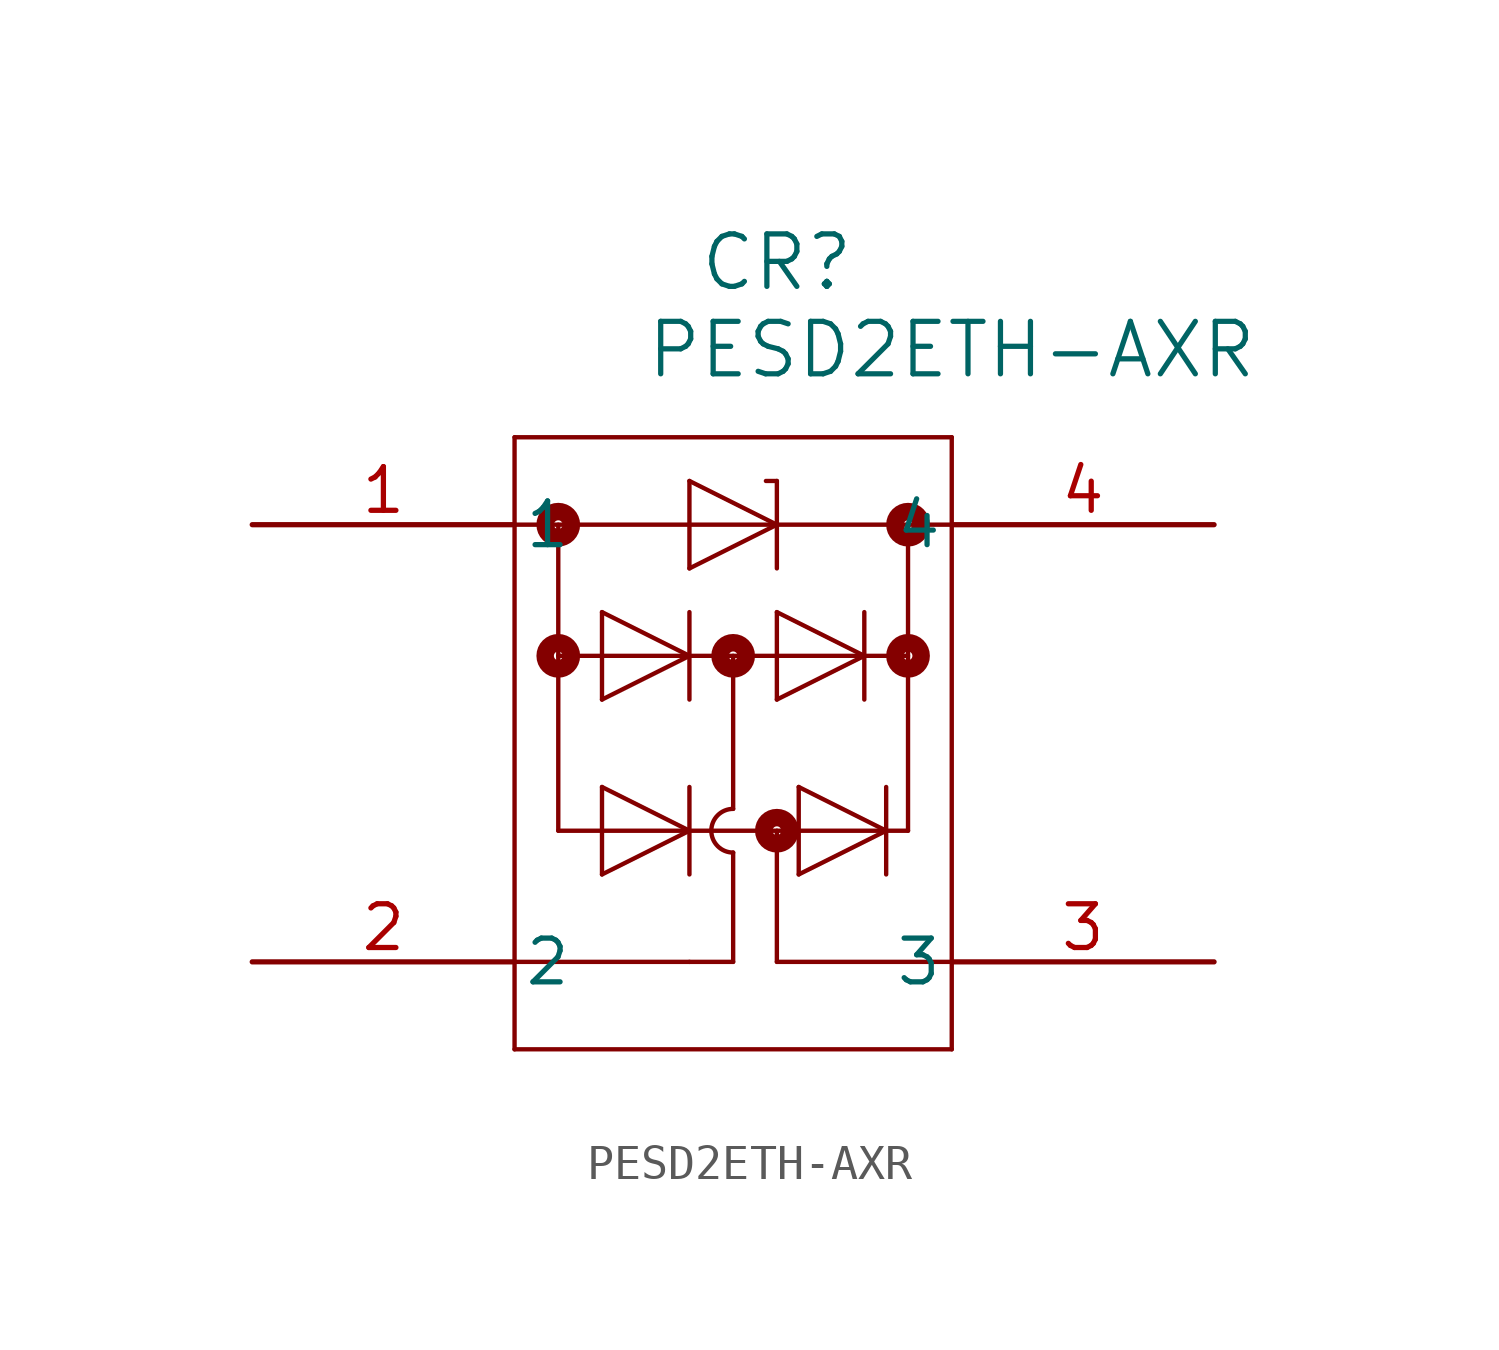
<source format=kicad_sym>
(kicad_symbol_lib
  (version 20211014)
  (generator kicad_symbol_editor)
  (symbol "PESD2ETH-AXR"
    (pin_names
      (offset 0.254))
    (property "Reference" "CR"
      (at 15.24 7.62 0)
      (effects (font (size 1.524 1.524))))
    (property "Value" "PESD2ETH-AXR"
      (at 20.32 5.08 0)
      (effects (font (size 1.524 1.524))))
    (symbol "PESD2ETH-AXR_0_1"
      (polyline (pts (xy 7.62 2.54) (xy 7.62 -15.24)) (stroke (width 0.127) (type default) (color 0 0 0 0)) (fill (type none)))
      (polyline (pts (xy 7.62 -15.24) (xy 20.32 -15.24)) (stroke (width 0.127) (type default) (color 0 0 0 0)) (fill (type none)))
      (polyline (pts (xy 20.32 -15.24) (xy 20.32 2.54)) (stroke (width 0.127) (type default) (color 0 0 0 0)) (fill (type none)))
      (polyline (pts (xy 20.32 2.54) (xy 7.62 2.54)) (stroke (width 0.127) (type default) (color 0 0 0 0)) (fill (type none)))
      (polyline (pts (xy 7.62 0) (xy 20.32 0)) (stroke (width 0.127) (type default) (color 0 0 0 0)) (fill (type none)))
      (polyline (pts (xy 8.89 0) (xy 8.89 -8.89)) (stroke (width 0.127) (type default) (color 0 0 0 0)) (fill (type none)))
      (polyline (pts (xy 8.89 -8.89) (xy 19.05 -8.89)) (stroke (width 0.127) (type default) (color 0 0 0 0)) (fill (type none)))
      (polyline (pts (xy 19.05 0) (xy 19.05 -8.89)) (stroke (width 0.127) (type default) (color 0 0 0 0)) (fill (type none)))
      (polyline (pts (xy 8.89 -3.81) (xy 19.05 -3.81)) (stroke (width 0.127) (type default) (color 0 0 0 0)) (fill (type none)))
      (polyline (pts (xy 7.62 -12.7) (xy 12.7 -12.7)) (stroke (width 0.127) (type default) (color 0 0 0 0)) (fill (type none)))
      (polyline (pts (xy 13.97 -9.525) (xy 13.97 -12.7)) (stroke (width 0.127) (type default) (color 0 0 0 0)) (fill (type none)))
      (polyline (pts (xy 20.32 -12.7) (xy 15.24 -12.7)) (stroke (width 0.127) (type default) (color 0 0 0 0)) (fill (type none)))
      (polyline (pts (xy 15.24 -8.89) (xy 15.24 -12.7)) (stroke (width 0.127) (type default) (color 0 0 0 0)) (fill (type none)))
      (circle (center 8.89 0) (radius 0.127) (stroke (width 0.508) (type default) (color 0 0 0 0)) (fill (type none)))
      (circle (center 19.05 0) (radius 0.127) (stroke (width 0.508) (type default) (color 0 0 0 0)) (fill (type none)))
      (circle (center 13.97 -3.81) (radius 0.127) (stroke (width 0.508) (type default) (color 0 0 0 0)) (fill (type none)))
      (circle (center 8.89 -3.81) (radius 0.127) (stroke (width 0.508) (type default) (color 0 0 0 0)) (fill (type none)))
      (circle (center 19.05 -3.81) (radius 0.127) (stroke (width 0.508) (type default) (color 0 0 0 0)) (fill (type none)))
      (circle (center 15.24 -8.89) (radius 0.127) (stroke (width 0.508) (type default) (color 0 0 0 0)) (fill (type none)))
      (arc (start 13.97 -8.255) (mid 13.335 -8.89) (end 13.97 -9.525) (stroke (width 0.127) (type default) (color 0 0 0 0)) (fill (type none)))
      (polyline (pts (xy 13.97 -3.81) (xy 13.97 -8.255)) (stroke (width 0.127) (type default) (color 0 0 0 0)) (fill (type none)))
      (polyline (pts (xy 12.7 -12.7) (xy 13.97 -12.7)) (stroke (width 0.127) (type default) (color 0 0 0 0)) (fill (type none)))
      (polyline (pts (xy 10.16 -2.54) (xy 10.16 -5.08)) (stroke (width 0.127) (type default) (color 0 0 0 0)) (fill (type none)))
      (polyline (pts (xy 10.16 -2.54) (xy 12.7 -3.81)) (stroke (width 0.127) (type default) (color 0 0 0 0)) (fill (type none)))
      (polyline (pts (xy 12.7 -3.81) (xy 10.16 -5.08)) (stroke (width 0.127) (type default) (color 0 0 0 0)) (fill (type none)))
      (polyline (pts (xy 12.7 -2.54) (xy 12.7 -5.08)) (stroke (width 0.127) (type default) (color 0 0 0 0)) (fill (type none)))
      (polyline (pts (xy 15.24 -2.54) (xy 15.24 -5.08)) (stroke (width 0.127) (type default) (color 0 0 0 0)) (fill (type none)))
      (polyline (pts (xy 15.24 -2.54) (xy 17.78 -3.81)) (stroke (width 0.127) (type default) (color 0 0 0 0)) (fill (type none)))
      (polyline (pts (xy 17.78 -3.81) (xy 15.24 -5.08)) (stroke (width 0.127) (type default) (color 0 0 0 0)) (fill (type none)))
      (polyline (pts (xy 17.78 -2.54) (xy 17.78 -5.08)) (stroke (width 0.127) (type default) (color 0 0 0 0)) (fill (type none)))
      (polyline (pts (xy 10.16 -7.62) (xy 10.16 -10.16)) (stroke (width 0.127) (type default) (color 0 0 0 0)) (fill (type none)))
      (polyline (pts (xy 10.16 -7.62) (xy 12.7 -8.89)) (stroke (width 0.127) (type default) (color 0 0 0 0)) (fill (type none)))
      (polyline (pts (xy 12.7 -8.89) (xy 10.16 -10.16)) (stroke (width 0.127) (type default) (color 0 0 0 0)) (fill (type none)))
      (polyline (pts (xy 12.7 -7.62) (xy 12.7 -10.16)) (stroke (width 0.127) (type default) (color 0 0 0 0)) (fill (type none)))
      (polyline (pts (xy 15.875 -7.62) (xy 15.875 -10.16)) (stroke (width 0.127) (type default) (color 0 0 0 0)) (fill (type none)))
      (polyline (pts (xy 15.875 -7.62) (xy 18.415 -8.89)) (stroke (width 0.127) (type default) (color 0 0 0 0)) (fill (type none)))
      (polyline (pts (xy 18.415 -8.89) (xy 15.875 -10.16)) (stroke (width 0.127) (type default) (color 0 0 0 0)) (fill (type none)))
      (polyline (pts (xy 18.415 -7.62) (xy 18.415 -10.16)) (stroke (width 0.127) (type default) (color 0 0 0 0)) (fill (type none)))
      (polyline (pts (xy 12.7 1.27) (xy 12.7 -1.27)) (stroke (width 0.127) (type default) (color 0 0 0 0)) (fill (type none)))
      (polyline (pts (xy 12.7 1.27) (xy 15.24 0)) (stroke (width 0.127) (type default) (color 0 0 0 0)) (fill (type none)))
      (polyline (pts (xy 15.24 0) (xy 12.7 -1.27)) (stroke (width 0.127) (type default) (color 0 0 0 0)) (fill (type none)))
      (polyline (pts (xy 15.24 1.27) (xy 15.24 -1.27)) (stroke (width 0.127) (type default) (color 0 0 0 0)) (fill (type none)))
      (polyline (pts (xy 15.24 1.27) (xy 14.922 1.27)) (stroke (width 0.127) (type default) (color 0 0 0 0)) (fill (type none)))
      (pin unspecified line (at 0 0 0) (length 7.62) (name "1" (effects (font (size 1.27 1.27)))) (number "1" (effects (font (size 1.27 1.27)))))
      (pin unspecified line (at 0 -12.7 0) (length 7.62) (name "2" (effects (font (size 1.27 1.27)))) (number "2" (effects (font (size 1.27 1.27)))))
      (pin unspecified line (at 27.94 -12.7 180) (length 7.62) (name "3" (effects (font (size 1.27 1.27)))) (number "3" (effects (font (size 1.27 1.27)))))
      (pin unspecified line (at 27.94 0 180) (length 7.62) (name "4" (effects (font (size 1.27 1.27)))) (number "4" (effects (font (size 1.27 1.27))))))))
</source>
